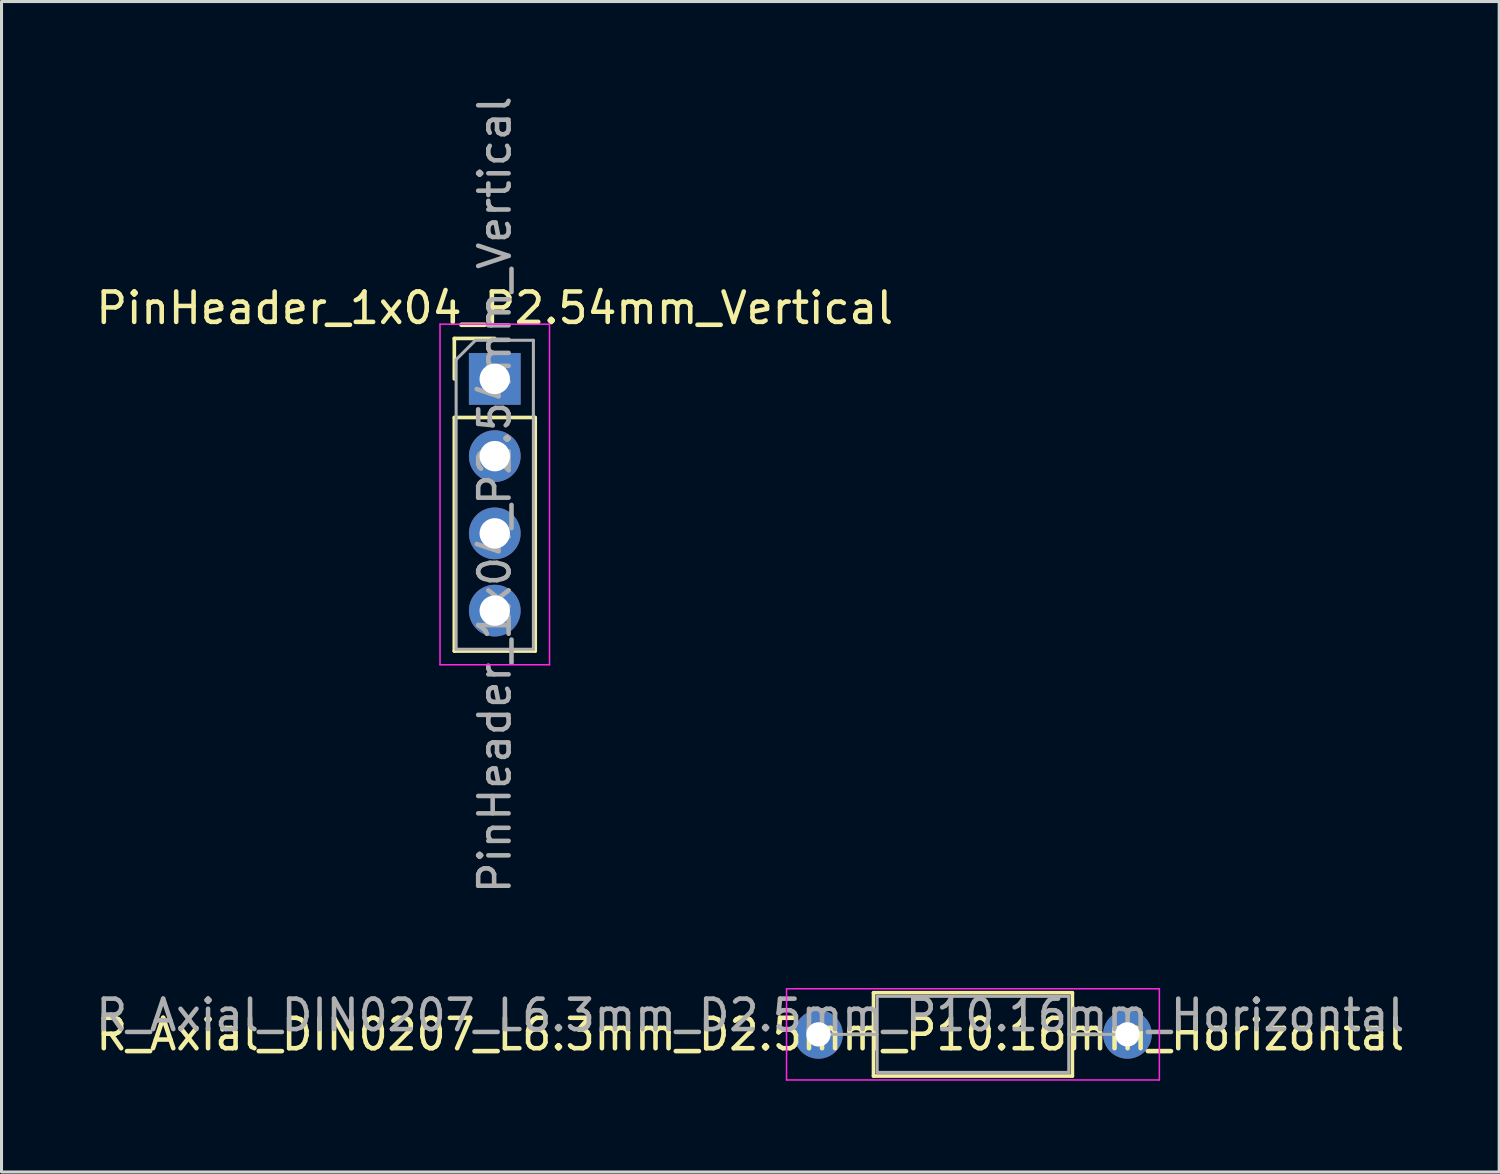
<source format=kicad_pcb>
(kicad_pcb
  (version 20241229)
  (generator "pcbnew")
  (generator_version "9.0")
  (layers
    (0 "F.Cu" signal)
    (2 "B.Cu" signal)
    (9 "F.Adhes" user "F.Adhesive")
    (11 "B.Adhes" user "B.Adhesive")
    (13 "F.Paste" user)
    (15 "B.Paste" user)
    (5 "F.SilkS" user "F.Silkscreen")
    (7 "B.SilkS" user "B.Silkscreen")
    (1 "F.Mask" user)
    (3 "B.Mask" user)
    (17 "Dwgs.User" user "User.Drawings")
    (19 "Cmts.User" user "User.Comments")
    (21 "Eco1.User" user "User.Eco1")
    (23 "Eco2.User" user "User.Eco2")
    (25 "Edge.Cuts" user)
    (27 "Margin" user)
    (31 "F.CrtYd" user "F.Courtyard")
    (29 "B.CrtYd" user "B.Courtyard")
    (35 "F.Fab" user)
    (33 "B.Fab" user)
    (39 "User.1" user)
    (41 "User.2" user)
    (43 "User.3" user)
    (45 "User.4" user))
  (footprint "R_Axial_DIN0207_L6.3mm_D2.5mm_P10.16mm_Horizontal"
    (layer "F.Cu")
    (at 23.865 30.965)
    (property "Reference" "R_Axial_DIN0207_L6.3mm_D2.5mm_P10.16mm_Horizontal" (at -2.24 0 180) (layer "F.SilkS") (effects (font (size 1 1) (thickness 0.15))))
    (attr through_hole)
    (fp_line (start 1.04 0) (end 1.81 0) (stroke (width 0.12) (type solid)) (layer "F.SilkS"))
    (fp_line (start 1.81 -1.37) (end 1.81 1.37) (stroke (width 0.12) (type solid)) (layer "F.SilkS"))
    (fp_line (start 1.81 1.37) (end 8.35 1.37) (stroke (width 0.12) (type solid)) (layer "F.SilkS"))
    (fp_line (start 8.35 -1.37) (end 1.81 -1.37) (stroke (width 0.12) (type solid)) (layer "F.SilkS"))
    (fp_line (start 8.35 1.37) (end 8.35 -1.37) (stroke (width 0.12) (type solid)) (layer "F.SilkS"))
    (fp_line (start 9.12 0) (end 8.35 0) (stroke (width 0.12) (type solid)) (layer "F.SilkS"))
    (fp_line (start -1.05 -1.5) (end -1.05 1.5) (stroke (width 0.05) (type solid)) (layer "F.CrtYd"))
    (fp_line (start -1.05 1.5) (end 11.21 1.5) (stroke (width 0.05) (type solid)) (layer "F.CrtYd"))
    (fp_line (start 11.21 -1.5) (end -1.05 -1.5) (stroke (width 0.05) (type solid)) (layer "F.CrtYd"))
    (fp_line (start 11.21 1.5) (end 11.21 -1.5) (stroke (width 0.05) (type solid)) (layer "F.CrtYd"))
    (fp_line (start 0 0) (end 1.93 0) (stroke (width 0.1) (type solid)) (layer "F.Fab"))
    (fp_line (start 1.93 -1.25) (end 1.93 1.25) (stroke (width 0.1) (type solid)) (layer "F.Fab"))
    (fp_line (start 1.93 1.25) (end 8.23 1.25) (stroke (width 0.1) (type solid)) (layer "F.Fab"))
    (fp_line (start 8.23 -1.25) (end 1.93 -1.25) (stroke (width 0.1) (type solid)) (layer "F.Fab"))
    (fp_line (start 8.23 1.25) (end 8.23 -1.25) (stroke (width 0.1) (type solid)) (layer "F.Fab"))
    (fp_line (start 10.16 0) (end 8.23 0) (stroke (width 0.1) (type solid)) (layer "F.Fab"))
    (fp_text user "${REFERENCE}" (at -2.24 -0.63 180) (layer "F.Fab") (effects (font (size 1 1) (thickness 0.15))))
    (pad "1" thru_hole circle (at 0 0) (size 1.6 1.6) (drill 0.8) (layers "*.Cu" "*.Mask"))
    (pad "2" thru_hole oval (at 10.16 0) (size 1.6 1.6) (drill 0.8) (layers "*.Cu" "*.Mask")))
  (footprint "PinHeader_1x04_P2.54mm_Vertical"
    (layer "F.Cu")
    (at 13.22 9.41)
    (property "Reference" "PinHeader_1x04_P2.54mm_Vertical" (at 0 -2.33 0) (layer "F.SilkS") (effects (font (size 1 1) (thickness 0.15))))
    (attr through_hole)
    (fp_line (start -1.33 -1.33) (end 0 -1.33) (stroke (width 0.12) (type solid)) (layer "F.SilkS"))
    (fp_line (start -1.33 0) (end -1.33 -1.33) (stroke (width 0.12) (type solid)) (layer "F.SilkS"))
    (fp_line (start -1.33 1.27) (end -1.33 8.95) (stroke (width 0.12) (type solid)) (layer "F.SilkS"))
    (fp_line (start -1.33 1.27) (end 1.33 1.27) (stroke (width 0.12) (type solid)) (layer "F.SilkS"))
    (fp_line (start -1.33 8.95) (end 1.33 8.95) (stroke (width 0.12) (type solid)) (layer "F.SilkS"))
    (fp_line (start 1.33 1.27) (end 1.33 8.95) (stroke (width 0.12) (type solid)) (layer "F.SilkS"))
    (fp_line (start -1.8 -1.8) (end -1.8 9.4) (stroke (width 0.05) (type solid)) (layer "F.CrtYd"))
    (fp_line (start -1.8 9.4) (end 1.8 9.4) (stroke (width 0.05) (type solid)) (layer "F.CrtYd"))
    (fp_line (start 1.8 -1.8) (end -1.8 -1.8) (stroke (width 0.05) (type solid)) (layer "F.CrtYd"))
    (fp_line (start 1.8 9.4) (end 1.8 -1.8) (stroke (width 0.05) (type solid)) (layer "F.CrtYd"))
    (fp_line (start -1.27 -0.635) (end -0.635 -1.27) (stroke (width 0.1) (type solid)) (layer "F.Fab"))
    (fp_line (start -1.27 8.89) (end -1.27 -0.635) (stroke (width 0.1) (type solid)) (layer "F.Fab"))
    (fp_line (start -0.635 -1.27) (end 1.27 -1.27) (stroke (width 0.1) (type solid)) (layer "F.Fab"))
    (fp_line (start 1.27 -1.27) (end 1.27 8.89) (stroke (width 0.1) (type solid)) (layer "F.Fab"))
    (fp_line (start 1.27 8.89) (end -1.27 8.89) (stroke (width 0.1) (type solid)) (layer "F.Fab"))
    (fp_text user "${REFERENCE}" (at 0 3.81 90) (layer "F.Fab") (effects (font (size 1 1) (thickness 0.15))))
    (pad "1" thru_hole rect (at 0 0) (size 1.7 1.7) (drill 1) (layers "*.Cu" "*.Mask"))
    (pad "2" thru_hole oval (at 0 2.54) (size 1.7 1.7) (drill 1) (layers "*.Cu" "*.Mask"))
    (pad "3" thru_hole oval (at 0 5.08) (size 1.7 1.7) (drill 1) (layers "*.Cu" "*.Mask"))
    (pad "4" thru_hole oval (at 0 7.62) (size 1.7 1.7) (drill 1) (layers "*.Cu" "*.Mask")))
  (gr_rect
    (start -3 -3)
    (end 46.25 35.49)
    (stroke (width 0.1) (type default))
    (fill no)
    (layer "Edge.Cuts")))
</source>
